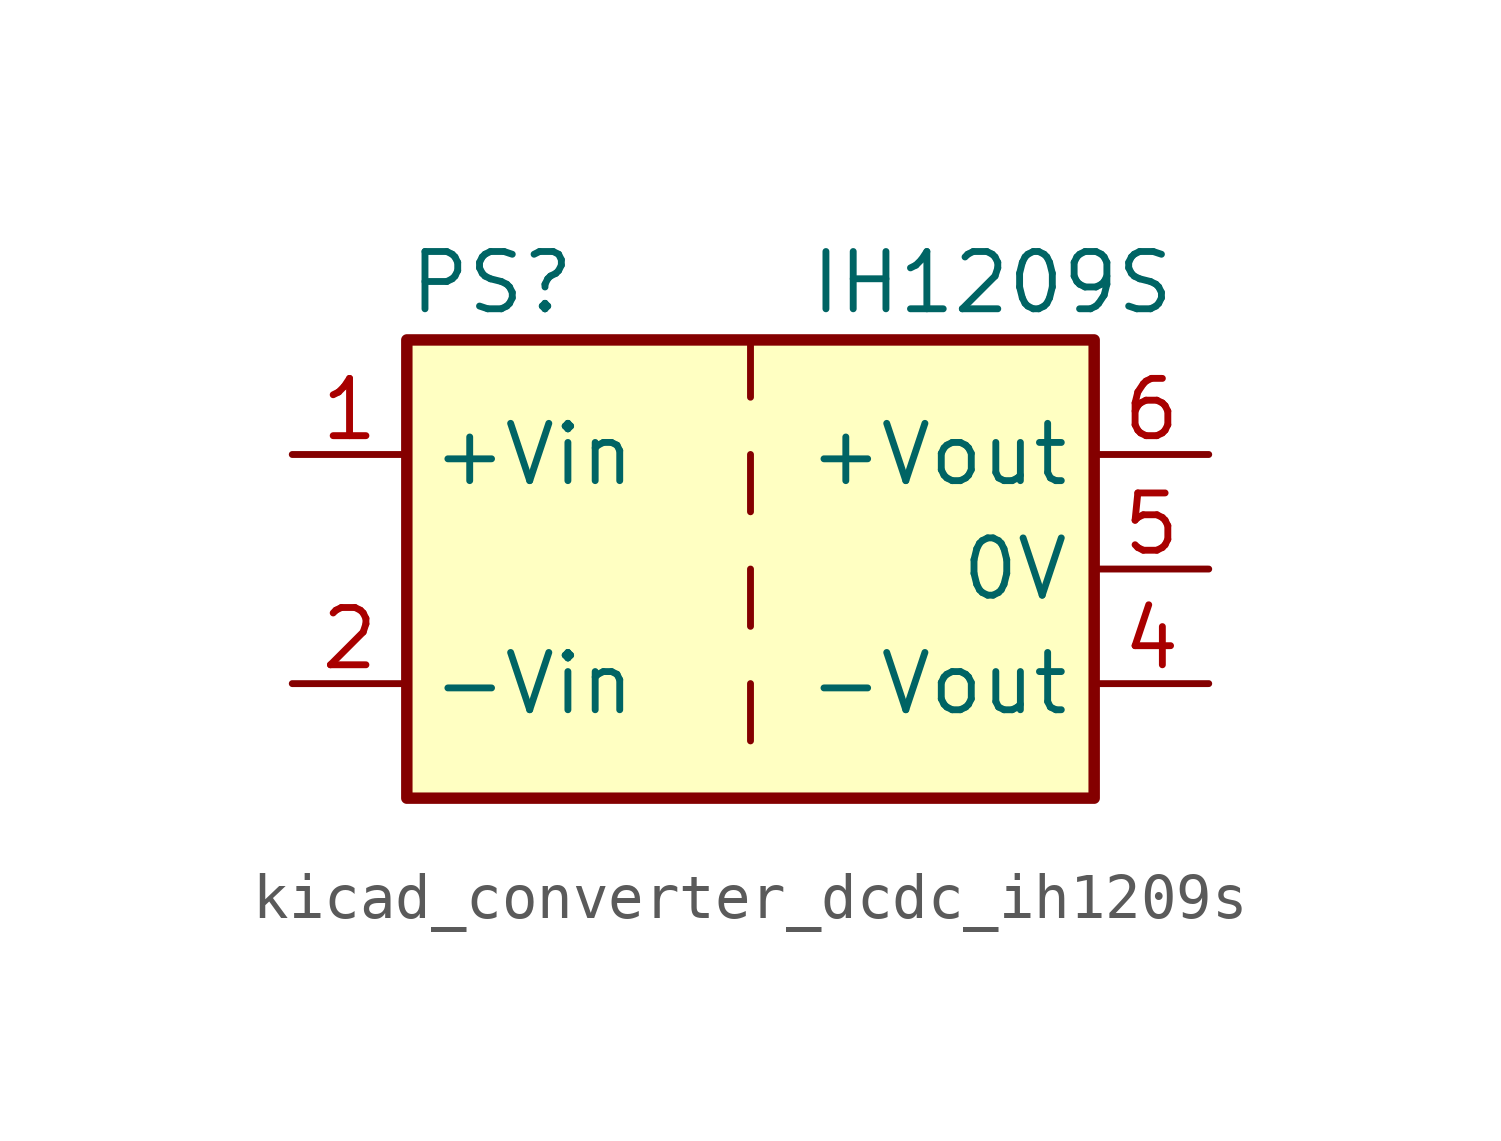
<source format=kicad_sym>
(kicad_symbol_lib
  (version 20220914)
  (generator kicad_symbol_editor)
  (symbol "kicad_converter_dcdc_ih1209s"
    (property "Reference" "PS"
      (at -7.62 6.35 0)
      (effects (font (size 1.27 1.27)) (justify left)))
    (property "Value" "IH1209S"
      (at 1.27 6.35 0)
      (effects (font (size 1.27 1.27)) (justify left)))
    (symbol "kicad_converter_dcdc_ih1209s_0_0"
      (pin power_in line (at -10.16 2.54 0) (length 2.54) (name "+Vin" (effects (font (size 1.27 1.27)))) (number "1" (effects (font (size 1.27 1.27)))))
      (pin power_in line (at -10.16 -2.54 0) (length 2.54) (name "-Vin" (effects (font (size 1.27 1.27)))) (number "2" (effects (font (size 1.27 1.27)))))
      (pin power_out line (at 10.16 -2.54 180) (length 2.54) (name "-Vout" (effects (font (size 1.27 1.27)))) (number "4" (effects (font (size 1.27 1.27)))))
      (pin power_out line (at 10.16 0 180) (length 2.54) (name "0V" (effects (font (size 1.27 1.27)))) (number "5" (effects (font (size 1.27 1.27)))))
      (pin power_out line (at 10.16 2.54 180) (length 2.54) (name "+Vout" (effects (font (size 1.27 1.27)))) (number "6" (effects (font (size 1.27 1.27))))))
    (symbol "kicad_converter_dcdc_ih1209s_0_1"
      (rectangle (start -7.62 5.08) (end 7.62 -5.08) (stroke (width 0.254) (type default)) (fill (type background)))
      (polyline (pts (xy 0 -2.54) (xy 0 -3.81)) (stroke (width 0) (type default)) (fill (type none)))
      (polyline (pts (xy 0 0) (xy 0 -1.27)) (stroke (width 0) (type default)) (fill (type none)))
      (polyline (pts (xy 0 2.54) (xy 0 1.27)) (stroke (width 0) (type default)) (fill (type none)))
      (polyline (pts (xy 0 5.08) (xy 0 3.81)) (stroke (width 0) (type default)) (fill (type none))))))
</source>
